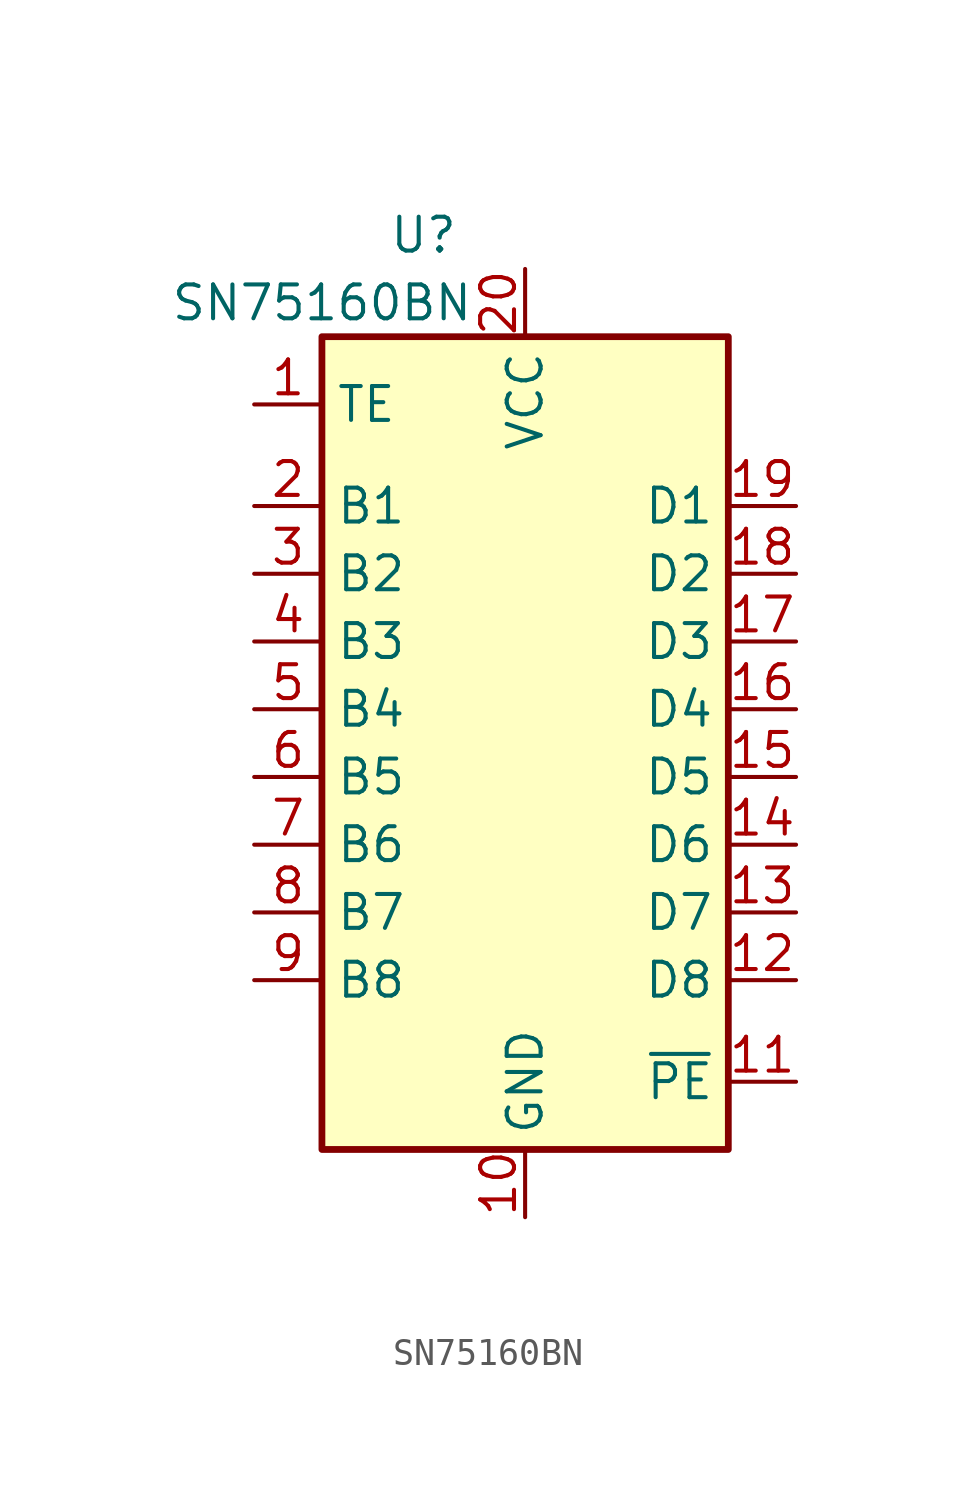
<source format=kicad_sym>
(kicad_symbol_lib
  (version 20211014)
  (generator kicad_symbol_editor)
  (symbol "SN75160BN"
    (property "Reference" "U"
      (at -3.81 19.05 0)
      (effects (font (size 1.27 1.27))))
    (property "Value" "SN75160BN"
      (at -7.62 16.51 0)
      (effects (font (size 1.27 1.27))))
    (symbol "SN75160BN_1_1"
      (rectangle (start -7.62 15.24) (end 7.62 -15.24) (stroke (width 0.254) (type default) (color 0 0 0 0)) (fill (type background)))
      (pin input line (at -10.16 12.7 0) (length 2.54) (name "TE" (effects (font (size 1.27 1.27)))) (number "1" (effects (font (size 1.27 1.27)))))
      (pin power_in line (at 0 -17.78 90) (length 2.54) (name "GND" (effects (font (size 1.27 1.27)))) (number "10" (effects (font (size 1.27 1.27)))))
      (pin input line (at 10.16 -12.7 180) (length 2.54) (name "~{PE}" (effects (font (size 1.27 1.27)))) (number "11" (effects (font (size 1.27 1.27)))))
      (pin bidirectional line (at 10.16 -8.89 180) (length 2.54) (name "D8" (effects (font (size 1.27 1.27)))) (number "12" (effects (font (size 1.27 1.27)))))
      (pin bidirectional line (at 10.16 -6.35 180) (length 2.54) (name "D7" (effects (font (size 1.27 1.27)))) (number "13" (effects (font (size 1.27 1.27)))))
      (pin bidirectional line (at 10.16 -3.81 180) (length 2.54) (name "D6" (effects (font (size 1.27 1.27)))) (number "14" (effects (font (size 1.27 1.27)))))
      (pin bidirectional line (at 10.16 -1.27 180) (length 2.54) (name "D5" (effects (font (size 1.27 1.27)))) (number "15" (effects (font (size 1.27 1.27)))))
      (pin bidirectional line (at 10.16 1.27 180) (length 2.54) (name "D4" (effects (font (size 1.27 1.27)))) (number "16" (effects (font (size 1.27 1.27)))))
      (pin bidirectional line (at 10.16 3.81 180) (length 2.54) (name "D3" (effects (font (size 1.27 1.27)))) (number "17" (effects (font (size 1.27 1.27)))))
      (pin bidirectional line (at 10.16 6.35 180) (length 2.54) (name "D2" (effects (font (size 1.27 1.27)))) (number "18" (effects (font (size 1.27 1.27)))))
      (pin bidirectional line (at 10.16 8.89 180) (length 2.54) (name "D1" (effects (font (size 1.27 1.27)))) (number "19" (effects (font (size 1.27 1.27)))))
      (pin bidirectional line (at -10.16 8.89 0) (length 2.54) (name "B1" (effects (font (size 1.27 1.27)))) (number "2" (effects (font (size 1.27 1.27)))))
      (pin power_in line (at 0 17.78 270) (length 2.54) (name "VCC" (effects (font (size 1.27 1.27)))) (number "20" (effects (font (size 1.27 1.27)))))
      (pin bidirectional line (at -10.16 6.35 0) (length 2.54) (name "B2" (effects (font (size 1.27 1.27)))) (number "3" (effects (font (size 1.27 1.27)))))
      (pin bidirectional line (at -10.16 3.81 0) (length 2.54) (name "B3" (effects (font (size 1.27 1.27)))) (number "4" (effects (font (size 1.27 1.27)))))
      (pin bidirectional line (at -10.16 1.27 0) (length 2.54) (name "B4" (effects (font (size 1.27 1.27)))) (number "5" (effects (font (size 1.27 1.27)))))
      (pin bidirectional line (at -10.16 -1.27 0) (length 2.54) (name "B5" (effects (font (size 1.27 1.27)))) (number "6" (effects (font (size 1.27 1.27)))))
      (pin bidirectional line (at -10.16 -3.81 0) (length 2.54) (name "B6" (effects (font (size 1.27 1.27)))) (number "7" (effects (font (size 1.27 1.27)))))
      (pin bidirectional line (at -10.16 -6.35 0) (length 2.54) (name "B7" (effects (font (size 1.27 1.27)))) (number "8" (effects (font (size 1.27 1.27)))))
      (pin bidirectional line (at -10.16 -8.89 0) (length 2.54) (name "B8" (effects (font (size 1.27 1.27)))) (number "9" (effects (font (size 1.27 1.27))))))))
</source>
